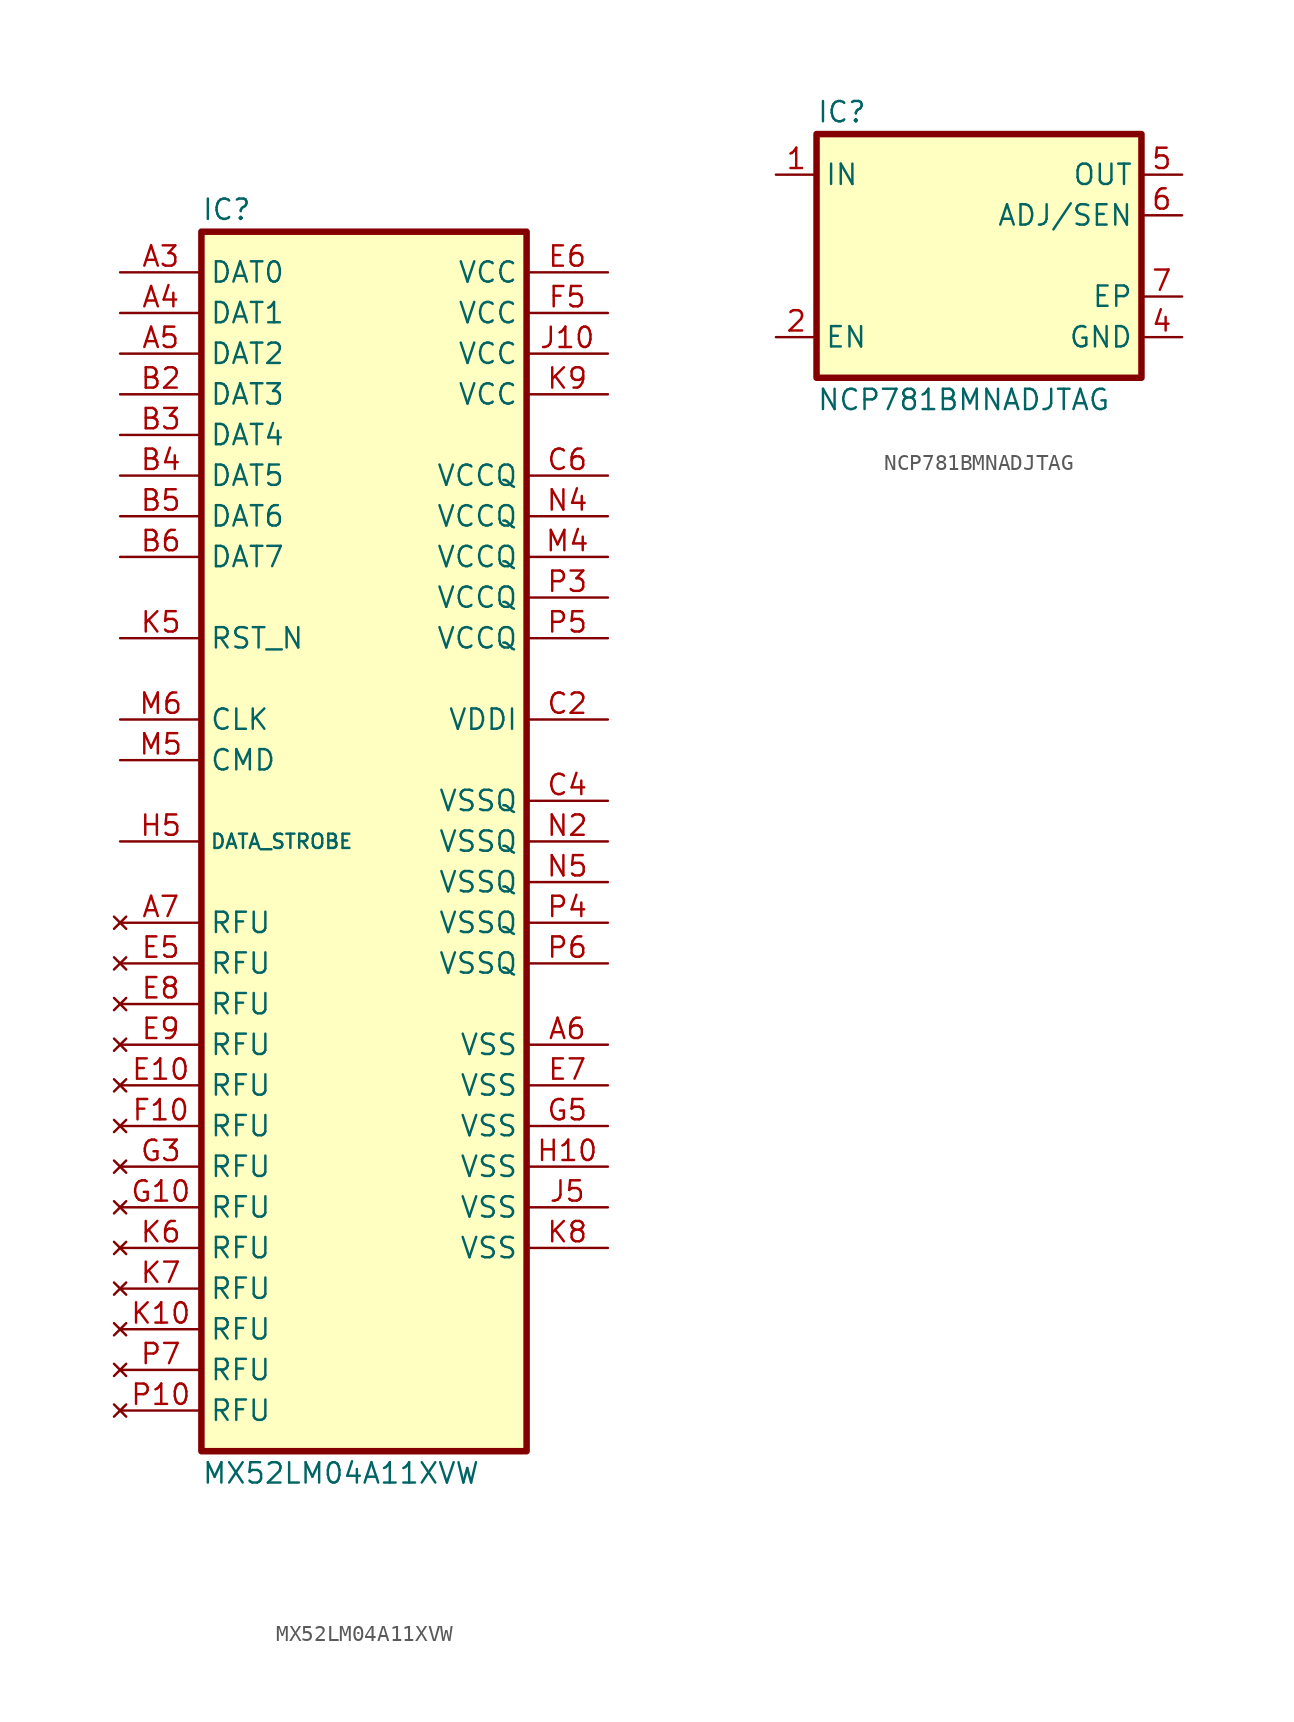
<source format=kicad_sym>
(kicad_symbol_lib
  (version 20241209)
  (generator "kicad_symbol_editor")
  (generator_version "9.0")
  (symbol "MX52LM04A11XVW"
    (property "Reference" "IC"
      (at 5.08 3.175 0)
      (do_not_autoplace)
      (effects (font (size 1.27 1.27)) (justify left bottom)))
    (property "Value" "MX52LM04A11XVW"
      (at 5.08 -74.295 0)
      (do_not_autoplace)
      (effects (font (size 1.27 1.27)) (justify left top)))
    (symbol "MX52LM04A11XVW_1_1"
      (rectangle (start 5.08 2.54) (end 25.4 -73.66) (stroke (width 0.406) (type default)) (fill (type background)))
      (pin bidirectional line (at 0 0 0) (length 5.08) (name "DAT0" (effects (font (size 1.27 1.27)))) (number "A3" (effects (font (size 1.27 1.27)))))
      (pin bidirectional line (at 0 -2.54 0) (length 5.08) (name "DAT1" (effects (font (size 1.27 1.27)))) (number "A4" (effects (font (size 1.27 1.27)))))
      (pin bidirectional line (at 0 -5.08 0) (length 5.08) (name "DAT2" (effects (font (size 1.27 1.27)))) (number "A5" (effects (font (size 1.27 1.27)))))
      (pin bidirectional line (at 0 -7.62 0) (length 5.08) (name "DAT3" (effects (font (size 1.27 1.27)))) (number "B2" (effects (font (size 1.27 1.27)))))
      (pin bidirectional line (at 0 -10.16 0) (length 5.08) (name "DAT4" (effects (font (size 1.27 1.27)))) (number "B3" (effects (font (size 1.27 1.27)))))
      (pin bidirectional line (at 0 -12.7 0) (length 5.08) (name "DAT5" (effects (font (size 1.27 1.27)))) (number "B4" (effects (font (size 1.27 1.27)))))
      (pin bidirectional line (at 0 -15.24 0) (length 5.08) (name "DAT6" (effects (font (size 1.27 1.27)))) (number "B5" (effects (font (size 1.27 1.27)))))
      (pin bidirectional line (at 0 -17.78 0) (length 5.08) (name "DAT7" (effects (font (size 1.27 1.27)))) (number "B6" (effects (font (size 1.27 1.27)))))
      (pin input line (at 0 -22.86 0) (length 5.08) (name "RST_N" (effects (font (size 1.27 1.27)))) (number "K5" (effects (font (size 1.27 1.27)))))
      (pin input line (at 0 -27.94 0) (length 5.08) (name "CLK" (effects (font (size 1.27 1.27)))) (number "M6" (effects (font (size 1.27 1.27)))))
      (pin input line (at 0 -30.48 0) (length 5.08) (name "CMD" (effects (font (size 1.27 1.27)))) (number "M5" (effects (font (size 1.27 1.27)))))
      (pin output line (at 0 -35.56 0) (length 5.08) (name "DATA_STROBE" (effects (font (size 0.889 0.889)))) (number "H5" (effects (font (size 1.27 1.27)))))
      (pin no_connect line (at 0 -40.64 0) (length 5.08) (name "RFU" (effects (font (size 1.27 1.27)))) (number "A7" (effects (font (size 1.27 1.27)))))
      (pin no_connect line (at 0 -43.18 0) (length 5.08) (name "RFU" (effects (font (size 1.27 1.27)))) (number "E5" (effects (font (size 1.27 1.27)))))
      (pin no_connect line (at 0 -45.72 0) (length 5.08) (name "RFU" (effects (font (size 1.27 1.27)))) (number "E8" (effects (font (size 1.27 1.27)))))
      (pin no_connect line (at 0 -48.26 0) (length 5.08) (name "RFU" (effects (font (size 1.27 1.27)))) (number "E9" (effects (font (size 1.27 1.27)))))
      (pin no_connect line (at 0 -50.8 0) (length 5.08) (name "RFU" (effects (font (size 1.27 1.27)))) (number "E10" (effects (font (size 1.27 1.27)))))
      (pin no_connect line (at 0 -53.34 0) (length 5.08) (name "RFU" (effects (font (size 1.27 1.27)))) (number "F10" (effects (font (size 1.27 1.27)))))
      (pin no_connect line (at 0 -55.88 0) (length 5.08) (name "RFU" (effects (font (size 1.27 1.27)))) (number "G3" (effects (font (size 1.27 1.27)))))
      (pin no_connect line (at 0 -58.42 0) (length 5.08) (name "RFU" (effects (font (size 1.27 1.27)))) (number "G10" (effects (font (size 1.27 1.27)))))
      (pin no_connect line (at 0 -60.96 0) (length 5.08) (name "RFU" (effects (font (size 1.27 1.27)))) (number "K6" (effects (font (size 1.27 1.27)))))
      (pin no_connect line (at 0 -63.5 0) (length 5.08) (name "RFU" (effects (font (size 1.27 1.27)))) (number "K7" (effects (font (size 1.27 1.27)))))
      (pin no_connect line (at 0 -66.04 0) (length 5.08) (name "RFU" (effects (font (size 1.27 1.27)))) (number "K10" (effects (font (size 1.27 1.27)))))
      (pin no_connect line (at 0 -68.58 0) (length 5.08) (name "RFU" (effects (font (size 1.27 1.27)))) (number "P7" (effects (font (size 1.27 1.27)))))
      (pin no_connect line (at 0 -71.12 0) (length 5.08) (name "RFU" (effects (font (size 1.27 1.27)))) (number "P10" (effects (font (size 1.27 1.27)))))
      (pin power_in line (at 30.48 0 180) (length 5.08) (name "VCC" (effects (font (size 1.27 1.27)))) (number "E6" (effects (font (size 1.27 1.27)))))
      (pin power_in line (at 30.48 -2.54 180) (length 5.08) (name "VCC" (effects (font (size 1.27 1.27)))) (number "F5" (effects (font (size 1.27 1.27)))))
      (pin power_in line (at 30.48 -5.08 180) (length 5.08) (name "VCC" (effects (font (size 1.27 1.27)))) (number "J10" (effects (font (size 1.27 1.27)))))
      (pin power_in line (at 30.48 -7.62 180) (length 5.08) (name "VCC" (effects (font (size 1.27 1.27)))) (number "K9" (effects (font (size 1.27 1.27)))))
      (pin power_in line (at 30.48 -12.7 180) (length 5.08) (name "VCCQ" (effects (font (size 1.27 1.27)))) (number "C6" (effects (font (size 1.27 1.27)))))
      (pin power_in line (at 30.48 -15.24 180) (length 5.08) (name "VCCQ" (effects (font (size 1.27 1.27)))) (number "N4" (effects (font (size 1.27 1.27)))))
      (pin power_in line (at 30.48 -17.78 180) (length 5.08) (name "VCCQ" (effects (font (size 1.27 1.27)))) (number "M4" (effects (font (size 1.27 1.27)))))
      (pin power_in line (at 30.48 -20.32 180) (length 5.08) (name "VCCQ" (effects (font (size 1.27 1.27)))) (number "P3" (effects (font (size 1.27 1.27)))))
      (pin power_in line (at 30.48 -22.86 180) (length 5.08) (name "VCCQ" (effects (font (size 1.27 1.27)))) (number "P5" (effects (font (size 1.27 1.27)))))
      (pin passive line (at 30.48 -27.94 180) (length 5.08) (name "VDDI" (effects (font (size 1.27 1.27)))) (number "C2" (effects (font (size 1.27 1.27)))))
      (pin power_in line (at 30.48 -33.02 180) (length 5.08) (name "VSSQ" (effects (font (size 1.27 1.27)))) (number "C4" (effects (font (size 1.27 1.27)))))
      (pin power_in line (at 30.48 -35.56 180) (length 5.08) (name "VSSQ" (effects (font (size 1.27 1.27)))) (number "N2" (effects (font (size 1.27 1.27)))))
      (pin power_in line (at 30.48 -38.1 180) (length 5.08) (name "VSSQ" (effects (font (size 1.27 1.27)))) (number "N5" (effects (font (size 1.27 1.27)))))
      (pin power_in line (at 30.48 -40.64 180) (length 5.08) (name "VSSQ" (effects (font (size 1.27 1.27)))) (number "P4" (effects (font (size 1.27 1.27)))))
      (pin power_in line (at 30.48 -43.18 180) (length 5.08) (name "VSSQ" (effects (font (size 1.27 1.27)))) (number "P6" (effects (font (size 1.27 1.27)))))
      (pin power_in line (at 30.48 -48.26 180) (length 5.08) (name "VSS" (effects (font (size 1.27 1.27)))) (number "A6" (effects (font (size 1.27 1.27)))))
      (pin power_in line (at 30.48 -50.8 180) (length 5.08) (name "VSS" (effects (font (size 1.27 1.27)))) (number "E7" (effects (font (size 1.27 1.27)))))
      (pin power_in line (at 30.48 -53.34 180) (length 5.08) (name "VSS" (effects (font (size 1.27 1.27)))) (number "G5" (effects (font (size 1.27 1.27)))))
      (pin power_in line (at 30.48 -55.88 180) (length 5.08) (name "VSS" (effects (font (size 1.27 1.27)))) (number "H10" (effects (font (size 1.27 1.27)))))
      (pin power_in line (at 30.48 -58.42 180) (length 5.08) (name "VSS" (effects (font (size 1.27 1.27)))) (number "J5" (effects (font (size 1.27 1.27)))))
      (pin power_in line (at 30.48 -60.96 180) (length 5.08) (name "VSS" (effects (font (size 1.27 1.27)))) (number "K8" (effects (font (size 1.27 1.27)))))))
  (symbol "NCP781BMNADJTAG"
    (property "Reference" "IC"
      (at -10.16 8.255 0)
      (effects (font (size 1.27 1.27)) (justify left bottom)))
    (property "Value" "NCP781BMNADJTAG"
      (at -10.16 -8.255 0)
      (effects (font (size 1.27 1.27)) (justify left top)))
    (symbol "NCP781BMNADJTAG_1_0"
      (rectangle (start -10.16 7.62) (end 10.16 -7.62) (stroke (width 0.406) (type solid)) (fill (type background)))
      (pin input line (at -12.7 5.08 0) (length 2.54) (name "IN" (effects (font (size 1.27 1.27)))) (number "1" (effects (font (size 1.27 1.27)))))
      (pin input line (at -12.7 -5.08 0) (length 2.54) (name "EN" (effects (font (size 1.27 1.27)))) (number "2" (effects (font (size 1.27 1.27)))))
      (pin no_connect line (at -10.16 -2.54 0) (length 0) (hide yes) (name "NC" (effects (font (size 1.27 1.27)))) (number "3" (effects (font (size 1.27 1.27)))))
      (pin power_out line (at 12.7 5.08 180) (length 2.54) (name "OUT" (effects (font (size 1.27 1.27)))) (number "5" (effects (font (size 1.27 1.27)))))
      (pin input line (at 12.7 2.54 180) (length 2.54) (name "ADJ/SEN" (effects (font (size 1.27 1.27)))) (number "6" (effects (font (size 1.27 1.27)))))
      (pin power_in line (at 12.7 -2.54 180) (length 2.54) (name "EP" (effects (font (size 1.27 1.27)))) (number "7" (effects (font (size 1.27 1.27)))))
      (pin power_in line (at 12.7 -5.08 180) (length 2.54) (name "GND" (effects (font (size 1.27 1.27)))) (number "4" (effects (font (size 1.27 1.27))))))))
</source>
